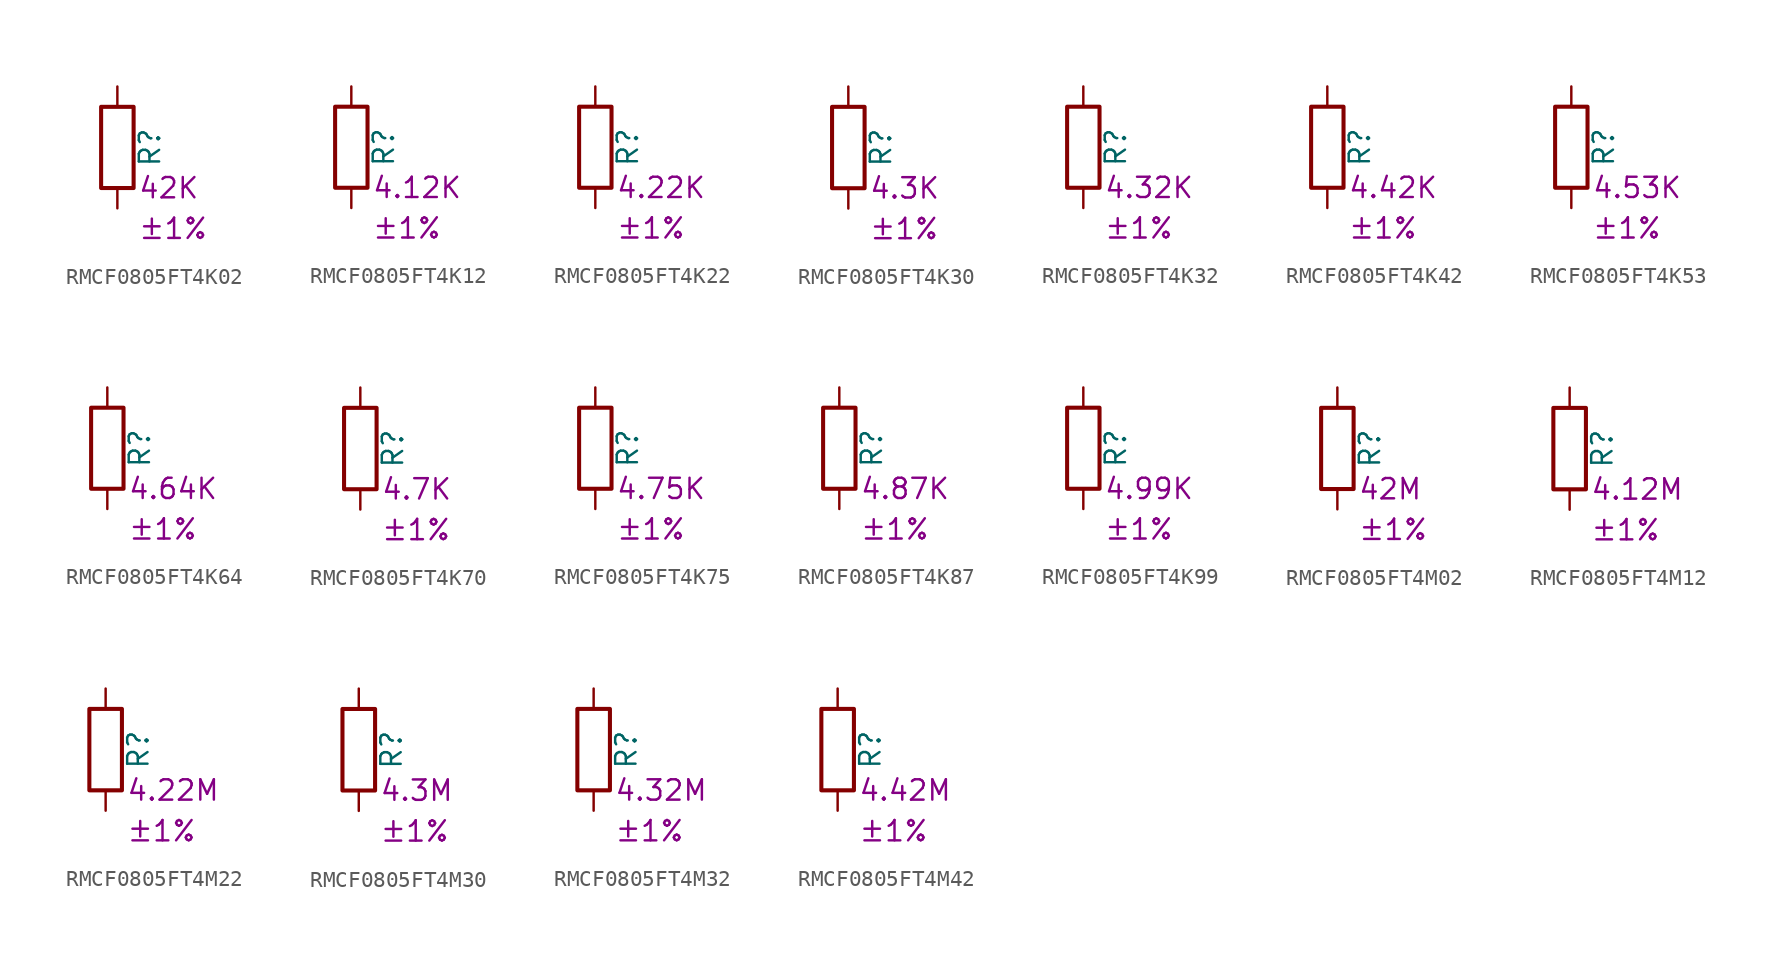
<source format=kicad_sym>
(kicad_symbol_lib
  (version 20220914)
  (generator kicad_symbol_editor)
  (symbol "RMCF0805FT4K02"
    (pin_numbers hide)
    (pin_names
      (offset 0))
    (property "Reference" "R"
      (at 2.032 0 90)
      (effects (font (size 1.27 1.27))))
    (property "Resistance" "42K"
      (at 1.27 -2.54 0)
      (effects (font (size 1.27 1.27)) (justify left)))
    (property "Tolerance" "±1%"
      (at 1.27 -5.08 0)
      (effects (font (size 1.27 1.27)) (justify left)))
    (symbol "RMCF0805FT4K02_0_1"
      (rectangle (start -1.016 -2.54) (end 1.016 2.54) (stroke (width 0.254) (type default)) (fill (type none))))
    (symbol "RMCF0805FT4K02_1_1"
      (pin passive line (at 0 3.81 270) (length 1.27) (name "~" (effects (font (size 1.27 1.27)))) (number "1" (effects (font (size 1.27 1.27)))))
      (pin passive line (at 0 -3.81 90) (length 1.27) (name "~" (effects (font (size 1.27 1.27)))) (number "2" (effects (font (size 1.27 1.27)))))))
  (symbol "RMCF0805FT4K12"
    (pin_numbers hide)
    (pin_names
      (offset 0))
    (property "Reference" "R"
      (at 2.032 0 90)
      (effects (font (size 1.27 1.27))))
    (property "Resistance" "4.12K"
      (at 1.27 -2.54 0)
      (effects (font (size 1.27 1.27)) (justify left)))
    (property "Tolerance" "±1%"
      (at 1.27 -5.08 0)
      (effects (font (size 1.27 1.27)) (justify left)))
    (symbol "RMCF0805FT4K12_0_1"
      (rectangle (start -1.016 -2.54) (end 1.016 2.54) (stroke (width 0.254) (type default)) (fill (type none))))
    (symbol "RMCF0805FT4K12_1_1"
      (pin passive line (at 0 3.81 270) (length 1.27) (name "~" (effects (font (size 1.27 1.27)))) (number "1" (effects (font (size 1.27 1.27)))))
      (pin passive line (at 0 -3.81 90) (length 1.27) (name "~" (effects (font (size 1.27 1.27)))) (number "2" (effects (font (size 1.27 1.27)))))))
  (symbol "RMCF0805FT4K22"
    (pin_numbers hide)
    (pin_names
      (offset 0))
    (property "Reference" "R"
      (at 2.032 0 90)
      (effects (font (size 1.27 1.27))))
    (property "Resistance" "4.22K"
      (at 1.27 -2.54 0)
      (effects (font (size 1.27 1.27)) (justify left)))
    (property "Tolerance" "±1%"
      (at 1.27 -5.08 0)
      (effects (font (size 1.27 1.27)) (justify left)))
    (symbol "RMCF0805FT4K22_0_1"
      (rectangle (start -1.016 -2.54) (end 1.016 2.54) (stroke (width 0.254) (type default)) (fill (type none))))
    (symbol "RMCF0805FT4K22_1_1"
      (pin passive line (at 0 3.81 270) (length 1.27) (name "~" (effects (font (size 1.27 1.27)))) (number "1" (effects (font (size 1.27 1.27)))))
      (pin passive line (at 0 -3.81 90) (length 1.27) (name "~" (effects (font (size 1.27 1.27)))) (number "2" (effects (font (size 1.27 1.27)))))))
  (symbol "RMCF0805FT4K30"
    (pin_numbers hide)
    (pin_names
      (offset 0))
    (property "Reference" "R"
      (at 2.032 0 90)
      (effects (font (size 1.27 1.27))))
    (property "Resistance" "4.3K"
      (at 1.27 -2.54 0)
      (effects (font (size 1.27 1.27)) (justify left)))
    (property "Tolerance" "±1%"
      (at 1.27 -5.08 0)
      (effects (font (size 1.27 1.27)) (justify left)))
    (symbol "RMCF0805FT4K30_0_1"
      (rectangle (start -1.016 -2.54) (end 1.016 2.54) (stroke (width 0.254) (type default)) (fill (type none))))
    (symbol "RMCF0805FT4K30_1_1"
      (pin passive line (at 0 3.81 270) (length 1.27) (name "~" (effects (font (size 1.27 1.27)))) (number "1" (effects (font (size 1.27 1.27)))))
      (pin passive line (at 0 -3.81 90) (length 1.27) (name "~" (effects (font (size 1.27 1.27)))) (number "2" (effects (font (size 1.27 1.27)))))))
  (symbol "RMCF0805FT4K32"
    (pin_numbers hide)
    (pin_names
      (offset 0))
    (property "Reference" "R"
      (at 2.032 0 90)
      (effects (font (size 1.27 1.27))))
    (property "Resistance" "4.32K"
      (at 1.27 -2.54 0)
      (effects (font (size 1.27 1.27)) (justify left)))
    (property "Tolerance" "±1%"
      (at 1.27 -5.08 0)
      (effects (font (size 1.27 1.27)) (justify left)))
    (symbol "RMCF0805FT4K32_0_1"
      (rectangle (start -1.016 -2.54) (end 1.016 2.54) (stroke (width 0.254) (type default)) (fill (type none))))
    (symbol "RMCF0805FT4K32_1_1"
      (pin passive line (at 0 3.81 270) (length 1.27) (name "~" (effects (font (size 1.27 1.27)))) (number "1" (effects (font (size 1.27 1.27)))))
      (pin passive line (at 0 -3.81 90) (length 1.27) (name "~" (effects (font (size 1.27 1.27)))) (number "2" (effects (font (size 1.27 1.27)))))))
  (symbol "RMCF0805FT4K42"
    (pin_numbers hide)
    (pin_names
      (offset 0))
    (property "Reference" "R"
      (at 2.032 0 90)
      (effects (font (size 1.27 1.27))))
    (property "Resistance" "4.42K"
      (at 1.27 -2.54 0)
      (effects (font (size 1.27 1.27)) (justify left)))
    (property "Tolerance" "±1%"
      (at 1.27 -5.08 0)
      (effects (font (size 1.27 1.27)) (justify left)))
    (symbol "RMCF0805FT4K42_0_1"
      (rectangle (start -1.016 -2.54) (end 1.016 2.54) (stroke (width 0.254) (type default)) (fill (type none))))
    (symbol "RMCF0805FT4K42_1_1"
      (pin passive line (at 0 3.81 270) (length 1.27) (name "~" (effects (font (size 1.27 1.27)))) (number "1" (effects (font (size 1.27 1.27)))))
      (pin passive line (at 0 -3.81 90) (length 1.27) (name "~" (effects (font (size 1.27 1.27)))) (number "2" (effects (font (size 1.27 1.27)))))))
  (symbol "RMCF0805FT4K53"
    (pin_numbers hide)
    (pin_names
      (offset 0))
    (property "Reference" "R"
      (at 2.032 0 90)
      (effects (font (size 1.27 1.27))))
    (property "Resistance" "4.53K"
      (at 1.27 -2.54 0)
      (effects (font (size 1.27 1.27)) (justify left)))
    (property "Tolerance" "±1%"
      (at 1.27 -5.08 0)
      (effects (font (size 1.27 1.27)) (justify left)))
    (symbol "RMCF0805FT4K53_0_1"
      (rectangle (start -1.016 -2.54) (end 1.016 2.54) (stroke (width 0.254) (type default)) (fill (type none))))
    (symbol "RMCF0805FT4K53_1_1"
      (pin passive line (at 0 3.81 270) (length 1.27) (name "~" (effects (font (size 1.27 1.27)))) (number "1" (effects (font (size 1.27 1.27)))))
      (pin passive line (at 0 -3.81 90) (length 1.27) (name "~" (effects (font (size 1.27 1.27)))) (number "2" (effects (font (size 1.27 1.27)))))))
  (symbol "RMCF0805FT4K64"
    (pin_numbers hide)
    (pin_names
      (offset 0))
    (property "Reference" "R"
      (at 2.032 0 90)
      (effects (font (size 1.27 1.27))))
    (property "Resistance" "4.64K"
      (at 1.27 -2.54 0)
      (effects (font (size 1.27 1.27)) (justify left)))
    (property "Tolerance" "±1%"
      (at 1.27 -5.08 0)
      (effects (font (size 1.27 1.27)) (justify left)))
    (symbol "RMCF0805FT4K64_0_1"
      (rectangle (start -1.016 -2.54) (end 1.016 2.54) (stroke (width 0.254) (type default)) (fill (type none))))
    (symbol "RMCF0805FT4K64_1_1"
      (pin passive line (at 0 3.81 270) (length 1.27) (name "~" (effects (font (size 1.27 1.27)))) (number "1" (effects (font (size 1.27 1.27)))))
      (pin passive line (at 0 -3.81 90) (length 1.27) (name "~" (effects (font (size 1.27 1.27)))) (number "2" (effects (font (size 1.27 1.27)))))))
  (symbol "RMCF0805FT4K70"
    (pin_numbers hide)
    (pin_names
      (offset 0))
    (property "Reference" "R"
      (at 2.032 0 90)
      (effects (font (size 1.27 1.27))))
    (property "Resistance" "4.7K"
      (at 1.27 -2.54 0)
      (effects (font (size 1.27 1.27)) (justify left)))
    (property "Tolerance" "±1%"
      (at 1.27 -5.08 0)
      (effects (font (size 1.27 1.27)) (justify left)))
    (symbol "RMCF0805FT4K70_0_1"
      (rectangle (start -1.016 -2.54) (end 1.016 2.54) (stroke (width 0.254) (type default)) (fill (type none))))
    (symbol "RMCF0805FT4K70_1_1"
      (pin passive line (at 0 3.81 270) (length 1.27) (name "~" (effects (font (size 1.27 1.27)))) (number "1" (effects (font (size 1.27 1.27)))))
      (pin passive line (at 0 -3.81 90) (length 1.27) (name "~" (effects (font (size 1.27 1.27)))) (number "2" (effects (font (size 1.27 1.27)))))))
  (symbol "RMCF0805FT4K75"
    (pin_numbers hide)
    (pin_names
      (offset 0))
    (property "Reference" "R"
      (at 2.032 0 90)
      (effects (font (size 1.27 1.27))))
    (property "Resistance" "4.75K"
      (at 1.27 -2.54 0)
      (effects (font (size 1.27 1.27)) (justify left)))
    (property "Tolerance" "±1%"
      (at 1.27 -5.08 0)
      (effects (font (size 1.27 1.27)) (justify left)))
    (symbol "RMCF0805FT4K75_0_1"
      (rectangle (start -1.016 -2.54) (end 1.016 2.54) (stroke (width 0.254) (type default)) (fill (type none))))
    (symbol "RMCF0805FT4K75_1_1"
      (pin passive line (at 0 3.81 270) (length 1.27) (name "~" (effects (font (size 1.27 1.27)))) (number "1" (effects (font (size 1.27 1.27)))))
      (pin passive line (at 0 -3.81 90) (length 1.27) (name "~" (effects (font (size 1.27 1.27)))) (number "2" (effects (font (size 1.27 1.27)))))))
  (symbol "RMCF0805FT4K87"
    (pin_numbers hide)
    (pin_names
      (offset 0))
    (property "Reference" "R"
      (at 2.032 0 90)
      (effects (font (size 1.27 1.27))))
    (property "Resistance" "4.87K"
      (at 1.27 -2.54 0)
      (effects (font (size 1.27 1.27)) (justify left)))
    (property "Tolerance" "±1%"
      (at 1.27 -5.08 0)
      (effects (font (size 1.27 1.27)) (justify left)))
    (symbol "RMCF0805FT4K87_0_1"
      (rectangle (start -1.016 -2.54) (end 1.016 2.54) (stroke (width 0.254) (type default)) (fill (type none))))
    (symbol "RMCF0805FT4K87_1_1"
      (pin passive line (at 0 3.81 270) (length 1.27) (name "~" (effects (font (size 1.27 1.27)))) (number "1" (effects (font (size 1.27 1.27)))))
      (pin passive line (at 0 -3.81 90) (length 1.27) (name "~" (effects (font (size 1.27 1.27)))) (number "2" (effects (font (size 1.27 1.27)))))))
  (symbol "RMCF0805FT4K99"
    (pin_numbers hide)
    (pin_names
      (offset 0))
    (property "Reference" "R"
      (at 2.032 0 90)
      (effects (font (size 1.27 1.27))))
    (property "Resistance" "4.99K"
      (at 1.27 -2.54 0)
      (effects (font (size 1.27 1.27)) (justify left)))
    (property "Tolerance" "±1%"
      (at 1.27 -5.08 0)
      (effects (font (size 1.27 1.27)) (justify left)))
    (symbol "RMCF0805FT4K99_0_1"
      (rectangle (start -1.016 -2.54) (end 1.016 2.54) (stroke (width 0.254) (type default)) (fill (type none))))
    (symbol "RMCF0805FT4K99_1_1"
      (pin passive line (at 0 3.81 270) (length 1.27) (name "~" (effects (font (size 1.27 1.27)))) (number "1" (effects (font (size 1.27 1.27)))))
      (pin passive line (at 0 -3.81 90) (length 1.27) (name "~" (effects (font (size 1.27 1.27)))) (number "2" (effects (font (size 1.27 1.27)))))))
  (symbol "RMCF0805FT4M02"
    (pin_numbers hide)
    (pin_names
      (offset 0))
    (property "Reference" "R"
      (at 2.032 0 90)
      (effects (font (size 1.27 1.27))))
    (property "Resistance" "42M"
      (at 1.27 -2.54 0)
      (effects (font (size 1.27 1.27)) (justify left)))
    (property "Tolerance" "±1%"
      (at 1.27 -5.08 0)
      (effects (font (size 1.27 1.27)) (justify left)))
    (symbol "RMCF0805FT4M02_0_1"
      (rectangle (start -1.016 -2.54) (end 1.016 2.54) (stroke (width 0.254) (type default)) (fill (type none))))
    (symbol "RMCF0805FT4M02_1_1"
      (pin passive line (at 0 3.81 270) (length 1.27) (name "~" (effects (font (size 1.27 1.27)))) (number "1" (effects (font (size 1.27 1.27)))))
      (pin passive line (at 0 -3.81 90) (length 1.27) (name "~" (effects (font (size 1.27 1.27)))) (number "2" (effects (font (size 1.27 1.27)))))))
  (symbol "RMCF0805FT4M12"
    (pin_numbers hide)
    (pin_names
      (offset 0))
    (property "Reference" "R"
      (at 2.032 0 90)
      (effects (font (size 1.27 1.27))))
    (property "Resistance" "4.12M"
      (at 1.27 -2.54 0)
      (effects (font (size 1.27 1.27)) (justify left)))
    (property "Tolerance" "±1%"
      (at 1.27 -5.08 0)
      (effects (font (size 1.27 1.27)) (justify left)))
    (symbol "RMCF0805FT4M12_0_1"
      (rectangle (start -1.016 -2.54) (end 1.016 2.54) (stroke (width 0.254) (type default)) (fill (type none))))
    (symbol "RMCF0805FT4M12_1_1"
      (pin passive line (at 0 3.81 270) (length 1.27) (name "~" (effects (font (size 1.27 1.27)))) (number "1" (effects (font (size 1.27 1.27)))))
      (pin passive line (at 0 -3.81 90) (length 1.27) (name "~" (effects (font (size 1.27 1.27)))) (number "2" (effects (font (size 1.27 1.27)))))))
  (symbol "RMCF0805FT4M22"
    (pin_numbers hide)
    (pin_names
      (offset 0))
    (property "Reference" "R"
      (at 2.032 0 90)
      (effects (font (size 1.27 1.27))))
    (property "Resistance" "4.22M"
      (at 1.27 -2.54 0)
      (effects (font (size 1.27 1.27)) (justify left)))
    (property "Tolerance" "±1%"
      (at 1.27 -5.08 0)
      (effects (font (size 1.27 1.27)) (justify left)))
    (symbol "RMCF0805FT4M22_0_1"
      (rectangle (start -1.016 -2.54) (end 1.016 2.54) (stroke (width 0.254) (type default)) (fill (type none))))
    (symbol "RMCF0805FT4M22_1_1"
      (pin passive line (at 0 3.81 270) (length 1.27) (name "~" (effects (font (size 1.27 1.27)))) (number "1" (effects (font (size 1.27 1.27)))))
      (pin passive line (at 0 -3.81 90) (length 1.27) (name "~" (effects (font (size 1.27 1.27)))) (number "2" (effects (font (size 1.27 1.27)))))))
  (symbol "RMCF0805FT4M30"
    (pin_numbers hide)
    (pin_names
      (offset 0))
    (property "Reference" "R"
      (at 2.032 0 90)
      (effects (font (size 1.27 1.27))))
    (property "Resistance" "4.3M"
      (at 1.27 -2.54 0)
      (effects (font (size 1.27 1.27)) (justify left)))
    (property "Tolerance" "±1%"
      (at 1.27 -5.08 0)
      (effects (font (size 1.27 1.27)) (justify left)))
    (symbol "RMCF0805FT4M30_0_1"
      (rectangle (start -1.016 -2.54) (end 1.016 2.54) (stroke (width 0.254) (type default)) (fill (type none))))
    (symbol "RMCF0805FT4M30_1_1"
      (pin passive line (at 0 3.81 270) (length 1.27) (name "~" (effects (font (size 1.27 1.27)))) (number "1" (effects (font (size 1.27 1.27)))))
      (pin passive line (at 0 -3.81 90) (length 1.27) (name "~" (effects (font (size 1.27 1.27)))) (number "2" (effects (font (size 1.27 1.27)))))))
  (symbol "RMCF0805FT4M32"
    (pin_numbers hide)
    (pin_names
      (offset 0))
    (property "Reference" "R"
      (at 2.032 0 90)
      (effects (font (size 1.27 1.27))))
    (property "Resistance" "4.32M"
      (at 1.27 -2.54 0)
      (effects (font (size 1.27 1.27)) (justify left)))
    (property "Tolerance" "±1%"
      (at 1.27 -5.08 0)
      (effects (font (size 1.27 1.27)) (justify left)))
    (symbol "RMCF0805FT4M32_0_1"
      (rectangle (start -1.016 -2.54) (end 1.016 2.54) (stroke (width 0.254) (type default)) (fill (type none))))
    (symbol "RMCF0805FT4M32_1_1"
      (pin passive line (at 0 3.81 270) (length 1.27) (name "~" (effects (font (size 1.27 1.27)))) (number "1" (effects (font (size 1.27 1.27)))))
      (pin passive line (at 0 -3.81 90) (length 1.27) (name "~" (effects (font (size 1.27 1.27)))) (number "2" (effects (font (size 1.27 1.27)))))))
  (symbol "RMCF0805FT4M42"
    (pin_numbers hide)
    (pin_names
      (offset 0))
    (property "Reference" "R"
      (at 2.032 0 90)
      (effects (font (size 1.27 1.27))))
    (property "Resistance" "4.42M"
      (at 1.27 -2.54 0)
      (effects (font (size 1.27 1.27)) (justify left)))
    (property "Tolerance" "±1%"
      (at 1.27 -5.08 0)
      (effects (font (size 1.27 1.27)) (justify left)))
    (symbol "RMCF0805FT4M42_0_1"
      (rectangle (start -1.016 -2.54) (end 1.016 2.54) (stroke (width 0.254) (type default)) (fill (type none))))
    (symbol "RMCF0805FT4M42_1_1"
      (pin passive line (at 0 3.81 270) (length 1.27) (name "~" (effects (font (size 1.27 1.27)))) (number "1" (effects (font (size 1.27 1.27)))))
      (pin passive line (at 0 -3.81 90) (length 1.27) (name "~" (effects (font (size 1.27 1.27)))) (number "2" (effects (font (size 1.27 1.27))))))))
</source>
